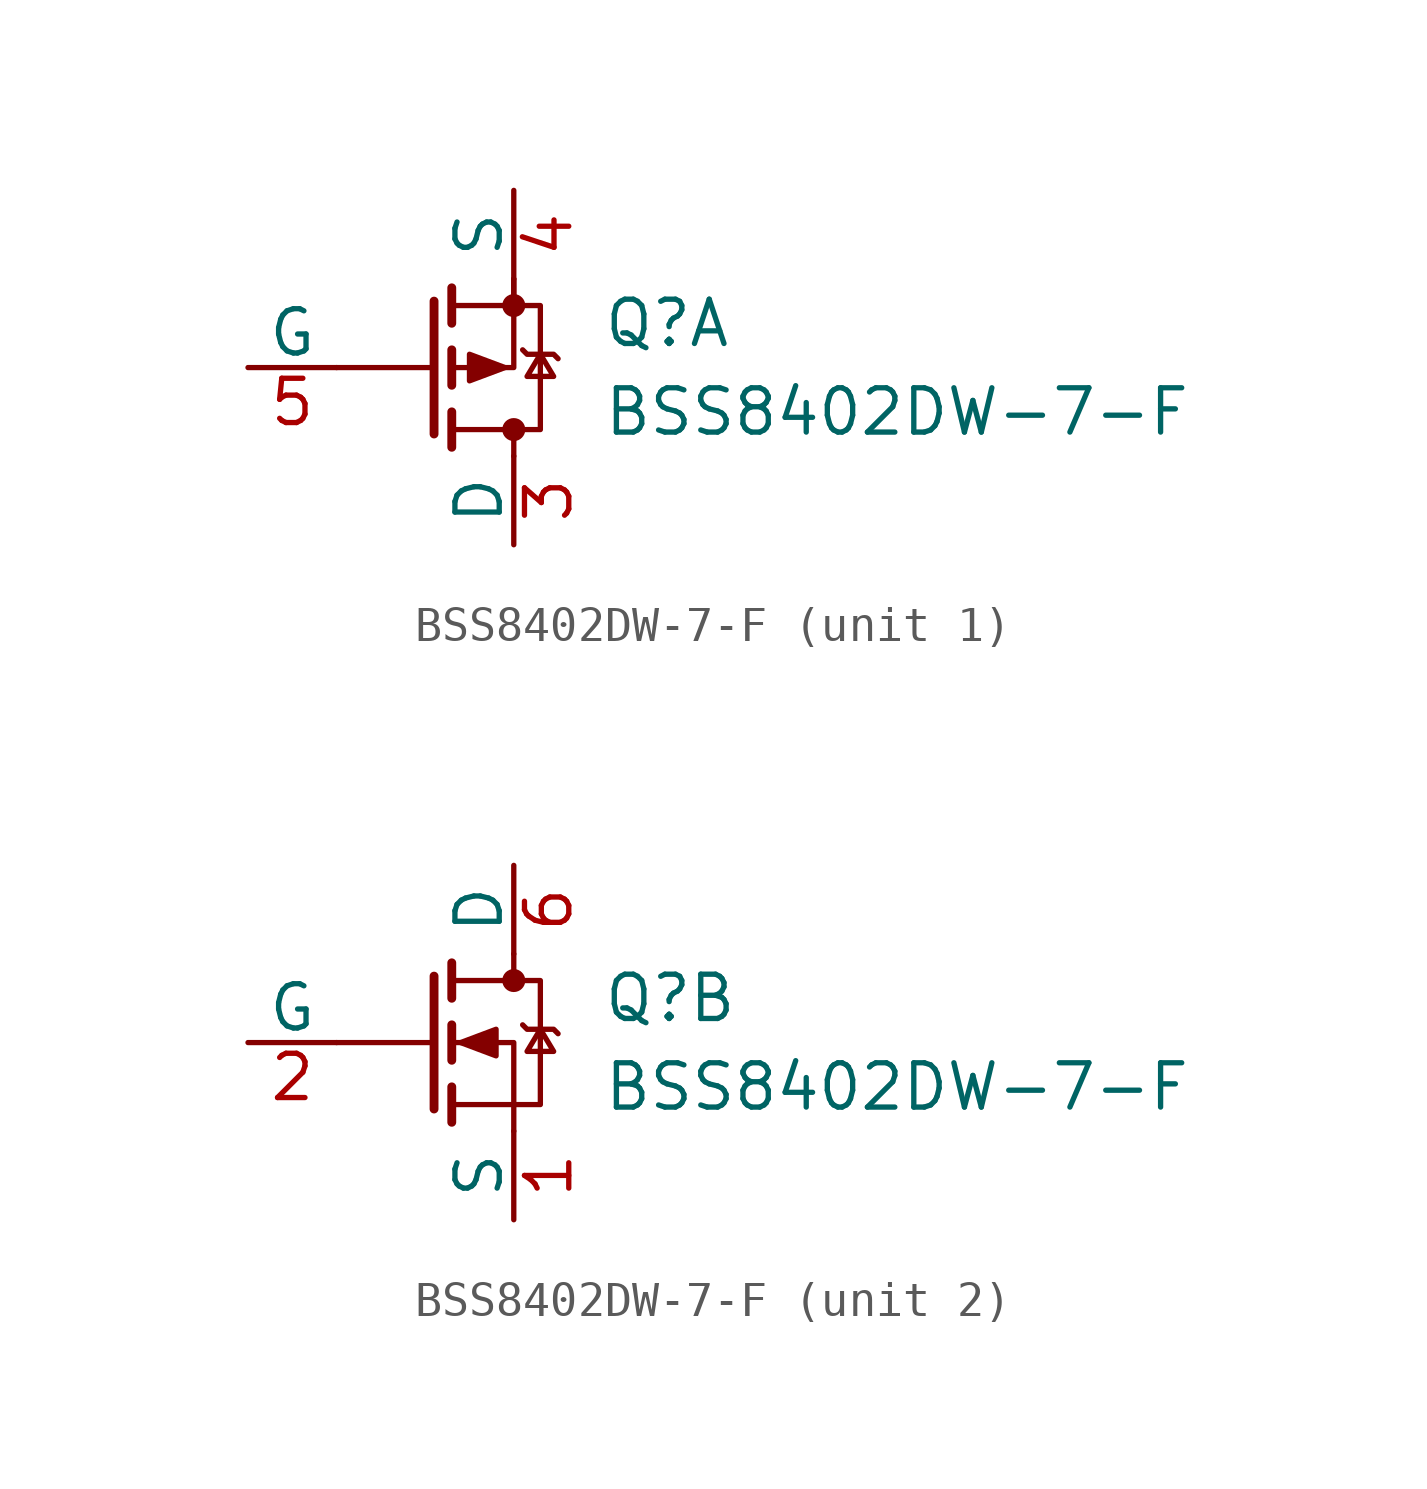
<source format=kicad_sym>
(kicad_symbol_lib
  (version 20211014)
  (generator kicad_symbol_editor)
  (symbol "BSS8402DW-7-F"
    (pin_names
      (offset 0))
    (property "Reference" "Q"
      (at 2.54 1.27 0)
      (effects (font (size 1.27 1.27)) (justify left)))
    (property "Value" "BSS8402DW-7-F"
      (at 2.54 -1.27 0)
      (effects (font (size 1.27 1.27)) (justify left)))
    (property "ki_locked" ""
      (at 0 0 0)
      (effects (font (size 1.27 1.27))))
    (symbol "BSS8402DW-7-F_0_1"
      (polyline (pts (xy -2.286 -1.905) (xy -2.286 1.905)) (stroke (width 0.254) (type default) (color 0 0 0 0)) (fill (type none)))
      (polyline (pts (xy -2.286 0) (xy -5.08 0)) (stroke (width 0) (type default) (color 0 0 0 0)) (fill (type none)))
      (polyline (pts (xy -1.778 -2.286) (xy -1.778 -1.27)) (stroke (width 0.254) (type default) (color 0 0 0 0)) (fill (type none)))
      (polyline (pts (xy -1.778 -0.508) (xy -1.778 0.508)) (stroke (width 0.254) (type default) (color 0 0 0 0)) (fill (type none)))
      (polyline (pts (xy -1.778 1.27) (xy -1.778 2.286)) (stroke (width 0.254) (type default) (color 0 0 0 0)) (fill (type none)))
      (polyline (pts (xy 0 2.54) (xy 0 1.778)) (stroke (width 0) (type default) (color 0 0 0 0)) (fill (type none)))
      (polyline (pts (xy -1.778 -1.778) (xy 0.762 -1.778) (xy 0.762 1.778) (xy -1.778 1.778)) (stroke (width 0) (type default) (color 0 0 0 0)) (fill (type none)))
      (polyline (pts (xy 0.254 0.508) (xy 0.381 0.381) (xy 1.143 0.381) (xy 1.27 0.254)) (stroke (width 0) (type default) (color 0 0 0 0)) (fill (type none)))
      (polyline (pts (xy 0.762 0.381) (xy 0.381 -0.254) (xy 1.143 -0.254) (xy 0.762 0.381)) (stroke (width 0) (type default) (color 0 0 0 0)) (fill (type none)))
      (circle (center 0 1.778) (radius 0.254) (stroke (width 0) (type default) (color 0 0 0 0)) (fill (type outline))))
    (symbol "BSS8402DW-7-F_1_1"
      (circle (center 0 -1.778) (radius 0.254) (stroke (width 0) (type default) (color 0 0 0 0)) (fill (type outline)))
      (polyline (pts (xy 0 -2.54) (xy 0 -1.778)) (stroke (width 0) (type default) (color 0 0 0 0)) (fill (type none)))
      (polyline (pts (xy 0 2.54) (xy 0 0) (xy -1.778 0)) (stroke (width 0) (type default) (color 0 0 0 0)) (fill (type none)))
      (polyline (pts (xy -0.254 0) (xy -1.27 -0.381) (xy -1.27 0.381) (xy -0.254 0)) (stroke (width 0) (type default) (color 0 0 0 0)) (fill (type outline)))
      (pin passive line (at 0 -5.08 90) (length 2.54) (name "D" (effects (font (size 1.27 1.27)))) (number "3" (effects (font (size 1.27 1.27)))))
      (pin passive line (at 0 5.08 270) (length 2.54) (name "S" (effects (font (size 1.27 1.27)))) (number "4" (effects (font (size 1.27 1.27)))))
      (pin input line (at -7.62 0 0) (length 2.54) (name "G" (effects (font (size 1.27 1.27)))) (number "5" (effects (font (size 1.27 1.27))))))
    (symbol "BSS8402DW-7-F_2_1"
      (polyline (pts (xy 0 -2.54) (xy 0 0) (xy -1.778 0)) (stroke (width 0) (type default) (color 0 0 0 0)) (fill (type none)))
      (polyline (pts (xy -1.524 0) (xy -0.508 0.381) (xy -0.508 -0.381) (xy -1.524 0)) (stroke (width 0) (type default) (color 0 0 0 0)) (fill (type outline)))
      (pin passive line (at 0 -5.08 90) (length 2.54) (name "S" (effects (font (size 1.27 1.27)))) (number "1" (effects (font (size 1.27 1.27)))))
      (pin input line (at -7.62 0 0) (length 2.54) (name "G" (effects (font (size 1.27 1.27)))) (number "2" (effects (font (size 1.27 1.27)))))
      (pin passive line (at 0 5.08 270) (length 2.54) (name "D" (effects (font (size 1.27 1.27)))) (number "6" (effects (font (size 1.27 1.27))))))))
</source>
